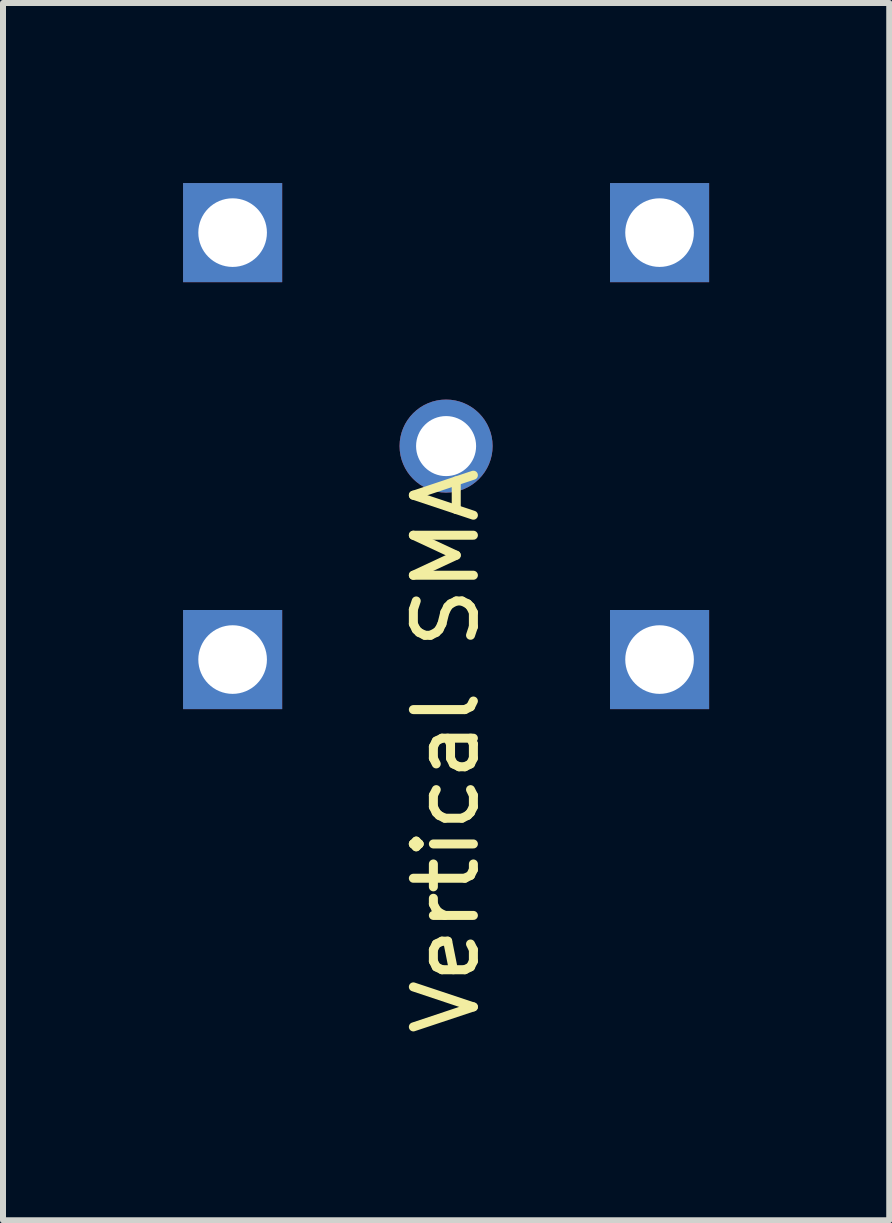
<source format=kicad_pcb>
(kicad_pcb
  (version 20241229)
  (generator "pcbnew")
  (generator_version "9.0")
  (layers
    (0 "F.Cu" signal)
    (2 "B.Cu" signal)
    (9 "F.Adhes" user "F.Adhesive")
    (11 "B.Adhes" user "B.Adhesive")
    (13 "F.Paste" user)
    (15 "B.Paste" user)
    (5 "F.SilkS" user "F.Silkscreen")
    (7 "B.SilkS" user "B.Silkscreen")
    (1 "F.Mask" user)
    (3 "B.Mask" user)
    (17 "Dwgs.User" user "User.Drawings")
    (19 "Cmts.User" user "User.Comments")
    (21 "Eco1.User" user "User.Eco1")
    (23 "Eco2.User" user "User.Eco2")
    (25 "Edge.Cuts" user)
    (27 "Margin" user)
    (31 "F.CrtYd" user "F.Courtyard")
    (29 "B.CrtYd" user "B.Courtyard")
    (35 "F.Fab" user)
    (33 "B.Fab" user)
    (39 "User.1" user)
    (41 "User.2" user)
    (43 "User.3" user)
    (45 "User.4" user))
  (footprint "Vertical SMA"
    (layer "F.Cu")
    (at 4.381 4.381)
    (property "Reference" "Vertical SMA" (at 0 5.08 90) (layer "F.SilkS") (effects (font (size 1 1) (thickness 0.15))))
    (attr through_hole)
    (pad "1" thru_hole circle (at 0 0) (size 1.55 1.55) (drill 1) (layers "*.Cu" "*.Mask"))
    (pad "2" thru_hole rect (at -3.556 -3.556) (size 1.651 1.651) (drill 1.143) (layers "*.Cu" "*.Mask"))
    (pad "2" thru_hole rect (at -3.556 3.556) (size 1.651 1.651) (drill 1.143) (layers "*.Cu" "*.Mask"))
    (pad "2" thru_hole rect (at 3.556 -3.556) (size 1.651 1.651) (drill 1.143) (layers "*.Cu" "*.Mask"))
    (pad "2" thru_hole rect (at 3.556 3.556) (size 1.651 1.651) (drill 1.143) (layers "*.Cu" "*.Mask")))
  (gr_rect
    (start -3 -3)
    (end 11.763 17.277)
    (stroke (width 0.1) (type default))
    (fill no)
    (layer "Edge.Cuts")))
</source>
